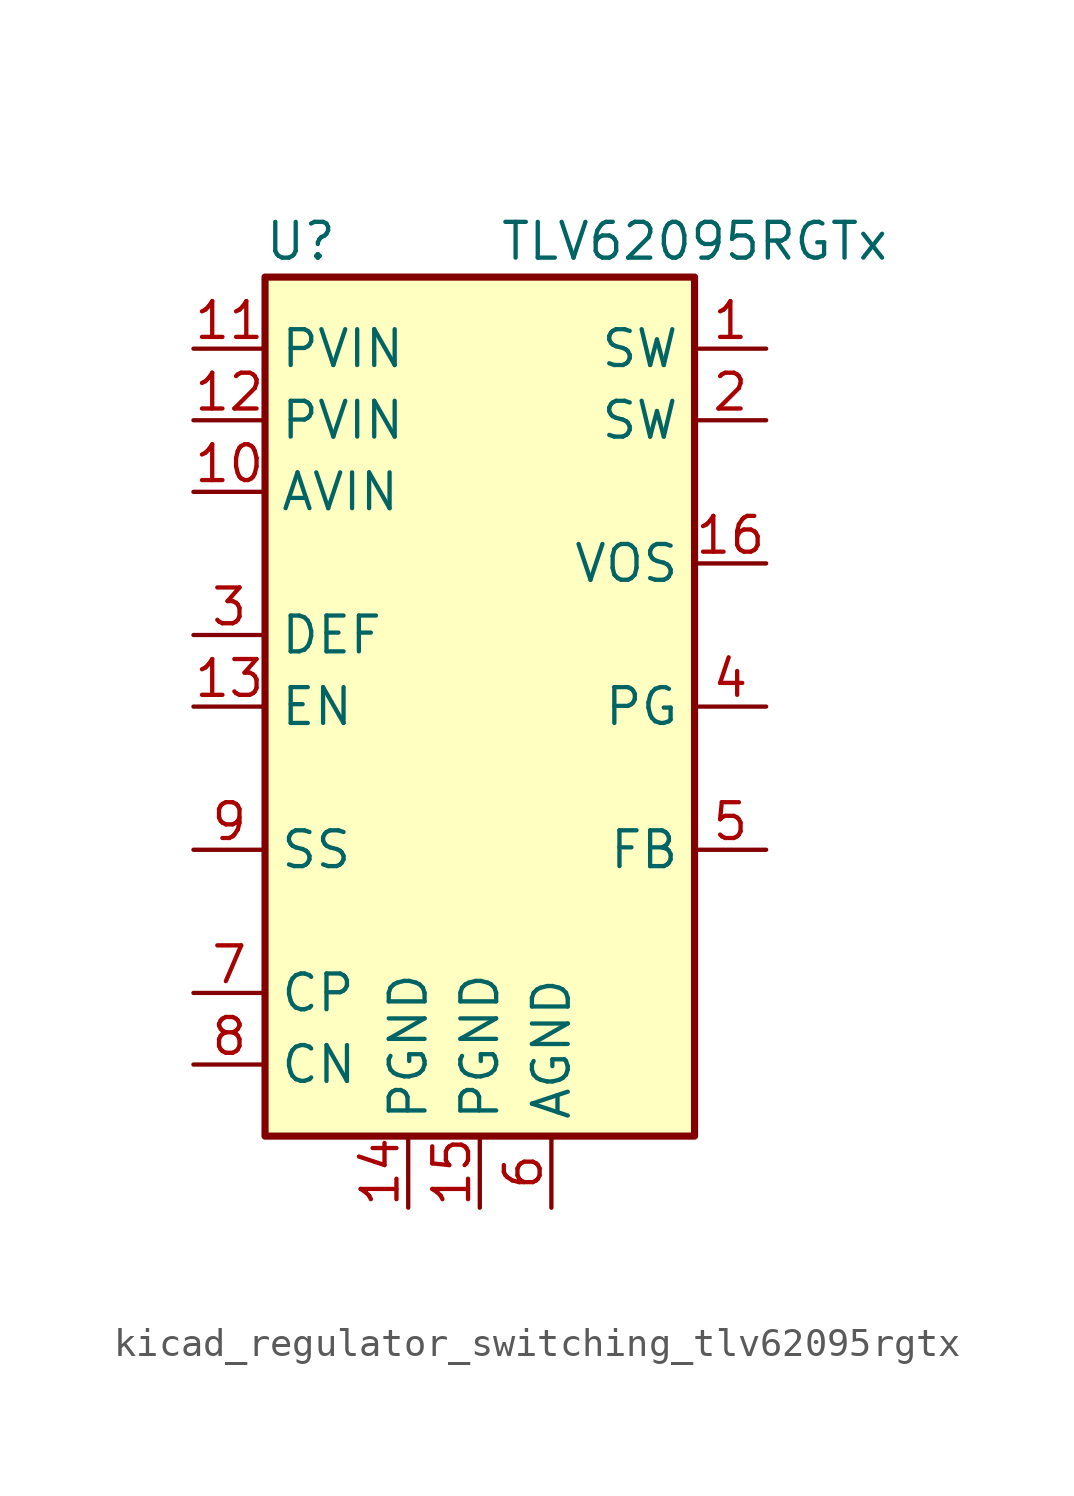
<source format=kicad_sym>
(kicad_symbol_lib
  (version 20220914)
  (generator kicad_symbol_editor)
  (symbol "kicad_regulator_switching_tlv62095rgtx"
    (property "Reference" "U"
      (at -6.35 16.51 0)
      (effects (font (size 1.27 1.27))))
    (property "Value" "TLV62095RGTx"
      (at 7.62 16.51 0)
      (effects (font (size 1.27 1.27))))
    (symbol "kicad_regulator_switching_tlv62095rgtx_0_1"
      (rectangle (start -7.62 -15.24) (end 7.62 15.24) (stroke (width 0.254) (type default)) (fill (type background)))
      (pin power_out line (at 10.16 12.7 180) (length 2.54) (name "SW" (effects (font (size 1.27 1.27)))) (number "1" (effects (font (size 1.27 1.27)))))
      (pin power_in line (at -10.16 7.62 0) (length 2.54) (name "AVIN" (effects (font (size 1.27 1.27)))) (number "10" (effects (font (size 1.27 1.27)))))
      (pin power_in line (at -10.16 12.7 0) (length 2.54) (name "PVIN" (effects (font (size 1.27 1.27)))) (number "11" (effects (font (size 1.27 1.27)))))
      (pin power_in line (at -10.16 10.16 0) (length 2.54) (name "PVIN" (effects (font (size 1.27 1.27)))) (number "12" (effects (font (size 1.27 1.27)))))
      (pin input line (at -10.16 0 0) (length 2.54) (name "EN" (effects (font (size 1.27 1.27)))) (number "13" (effects (font (size 1.27 1.27)))))
      (pin power_in line (at -2.54 -17.78 90) (length 2.54) (name "PGND" (effects (font (size 1.27 1.27)))) (number "14" (effects (font (size 1.27 1.27)))))
      (pin power_in line (at 0 -17.78 90) (length 2.54) (name "PGND" (effects (font (size 1.27 1.27)))) (number "15" (effects (font (size 1.27 1.27)))))
      (pin input line (at 10.16 5.08 180) (length 2.54) (name "VOS" (effects (font (size 1.27 1.27)))) (number "16" (effects (font (size 1.27 1.27)))))
      (pin passive line (at 2.54 -17.78 90) (length 2.54) hide (name "AGND" (effects (font (size 1.27 1.27)))) (number "17" (effects (font (size 1.27 1.27)))))
      (pin power_out line (at 10.16 10.16 180) (length 2.54) (name "SW" (effects (font (size 1.27 1.27)))) (number "2" (effects (font (size 1.27 1.27)))))
      (pin input line (at -10.16 2.54 0) (length 2.54) (name "DEF" (effects (font (size 1.27 1.27)))) (number "3" (effects (font (size 1.27 1.27)))))
      (pin tri_state line (at 10.16 0 180) (length 2.54) (name "PG" (effects (font (size 1.27 1.27)))) (number "4" (effects (font (size 1.27 1.27)))))
      (pin input line (at 10.16 -5.08 180) (length 2.54) (name "FB" (effects (font (size 1.27 1.27)))) (number "5" (effects (font (size 1.27 1.27)))))
      (pin power_in line (at 2.54 -17.78 90) (length 2.54) (name "AGND" (effects (font (size 1.27 1.27)))) (number "6" (effects (font (size 1.27 1.27)))))
      (pin passive line (at -10.16 -10.16 0) (length 2.54) (name "CP" (effects (font (size 1.27 1.27)))) (number "7" (effects (font (size 1.27 1.27)))))
      (pin passive line (at -10.16 -12.7 0) (length 2.54) (name "CN" (effects (font (size 1.27 1.27)))) (number "8" (effects (font (size 1.27 1.27)))))
      (pin input line (at -10.16 -5.08 0) (length 2.54) (name "SS" (effects (font (size 1.27 1.27)))) (number "9" (effects (font (size 1.27 1.27))))))))
</source>
